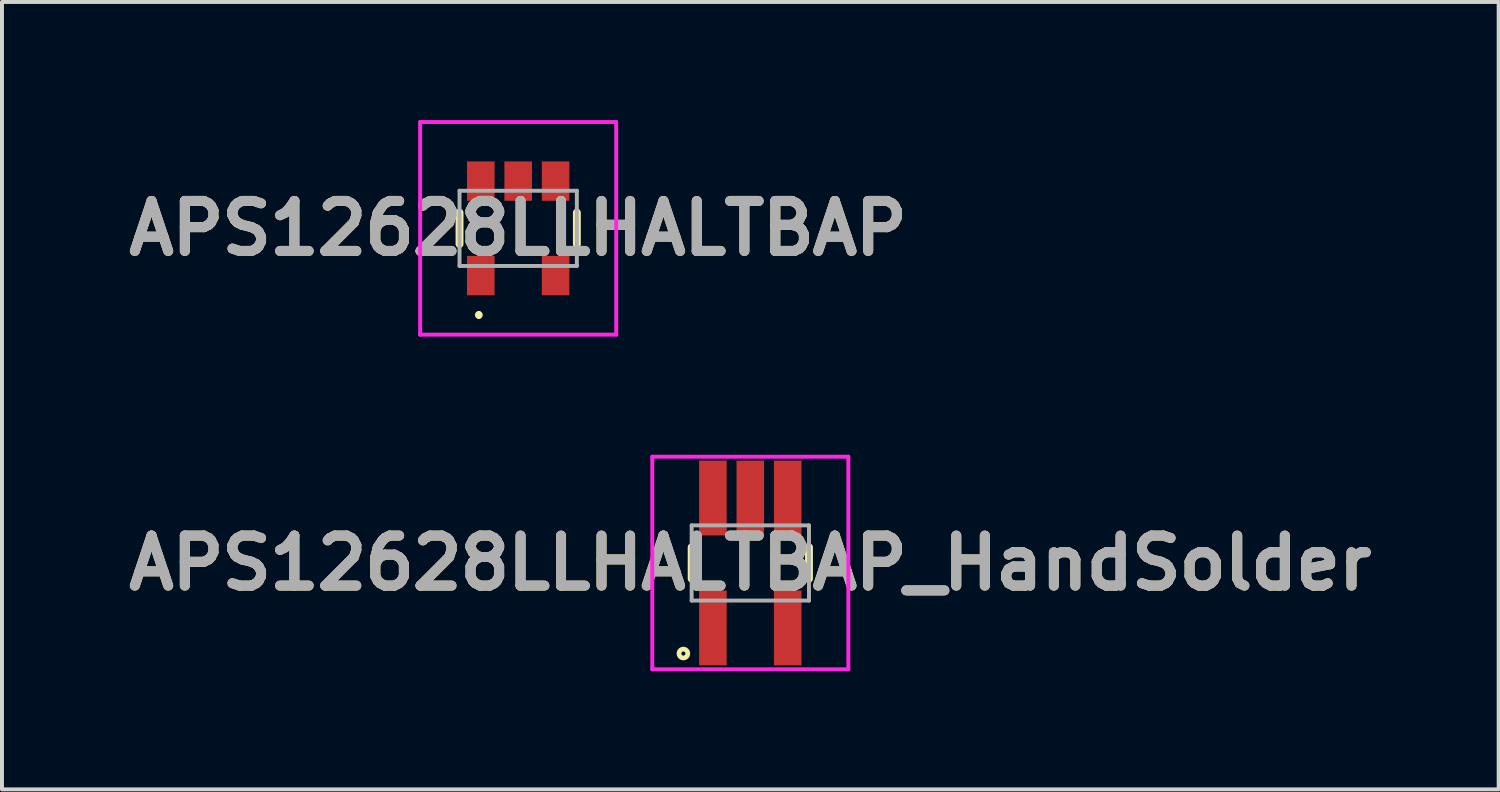
<source format=kicad_pcb>
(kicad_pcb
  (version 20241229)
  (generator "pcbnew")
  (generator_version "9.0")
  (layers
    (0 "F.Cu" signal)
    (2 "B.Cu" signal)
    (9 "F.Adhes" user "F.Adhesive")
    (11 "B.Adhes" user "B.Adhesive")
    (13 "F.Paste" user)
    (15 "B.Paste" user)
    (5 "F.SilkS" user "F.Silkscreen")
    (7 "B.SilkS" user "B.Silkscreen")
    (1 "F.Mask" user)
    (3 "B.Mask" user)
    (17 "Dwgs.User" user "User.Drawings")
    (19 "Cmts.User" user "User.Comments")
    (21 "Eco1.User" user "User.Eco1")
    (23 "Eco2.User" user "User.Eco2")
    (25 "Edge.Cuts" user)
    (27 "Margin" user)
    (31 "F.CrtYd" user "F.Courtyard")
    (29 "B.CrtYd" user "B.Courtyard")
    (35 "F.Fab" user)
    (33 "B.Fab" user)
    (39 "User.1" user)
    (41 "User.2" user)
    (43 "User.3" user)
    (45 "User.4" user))
  (footprint "APS12628LLHALTBAP"
    (layer "F.Cu")
    (at 10.112 2.75)
    (property "Reference" "APS12628LLHALTBAP" (at 0 0 0) (layer "F.SilkS") (effects (font (size 1.27 1.27) (thickness 0.254))))
    (attr smd)
    (fp_line (start -1.49 -0.4) (end -1.49 0.4) (stroke (width 0.2) (type solid)) (layer "F.SilkS"))
    (fp_line (start -1 2.15) (end -1 2.15) (stroke (width 0.1) (type solid)) (layer "F.SilkS"))
    (fp_line (start -1 2.25) (end -1 2.25) (stroke (width 0.1) (type solid)) (layer "F.SilkS"))
    (fp_line (start 1.49 -0.4) (end 1.49 0.4) (stroke (width 0.2) (type solid)) (layer "F.SilkS"))
    (fp_arc (start -1 2.15) (mid -0.95 2.2) (end -1 2.25) (stroke (width 0.1) (type solid)) (layer "F.SilkS"))
    (fp_arc (start -1 2.25) (mid -1.05 2.2) (end -1 2.15) (stroke (width 0.1) (type solid)) (layer "F.SilkS"))
    (fp_line (start -2.49 -2.7) (end 2.49 -2.7) (stroke (width 0.1) (type solid)) (layer "F.CrtYd"))
    (fp_line (start -2.49 2.7) (end -2.49 -2.7) (stroke (width 0.1) (type solid)) (layer "F.CrtYd"))
    (fp_line (start 2.49 -2.7) (end 2.49 2.7) (stroke (width 0.1) (type solid)) (layer "F.CrtYd"))
    (fp_line (start 2.49 2.7) (end -2.49 2.7) (stroke (width 0.1) (type solid)) (layer "F.CrtYd"))
    (fp_line (start -1.49 -0.955) (end 1.49 -0.955) (stroke (width 0.1) (type solid)) (layer "F.Fab"))
    (fp_line (start -1.49 0.955) (end -1.49 -0.955) (stroke (width 0.1) (type solid)) (layer "F.Fab"))
    (fp_line (start 1.49 -0.955) (end 1.49 0.955) (stroke (width 0.1) (type solid)) (layer "F.Fab"))
    (fp_line (start 1.49 0.955) (end -1.49 0.955) (stroke (width 0.1) (type solid)) (layer "F.Fab"))
    (fp_text user "${REFERENCE}" (at 0 0 0) (layer "F.Fab") (effects (font (size 1.27 1.27) (thickness 0.254))))
    (pad "1" smd rect (at -0.95 1.2) (size 0.7 1) (layers "F.Cu" "F.Mask" "F.Paste"))
    (pad "2" smd rect (at 0.95 1.2) (size 0.7 1) (layers "F.Cu" "F.Mask" "F.Paste"))
    (pad "3" smd rect (at 0.95 -1.2) (size 0.7 1) (layers "F.Cu" "F.Mask" "F.Paste"))
    (pad "4" smd rect (at 0 -1.2) (size 0.7 1) (layers "F.Cu" "F.Mask" "F.Paste"))
    (pad "5" smd rect (at -0.95 -1.2) (size 0.7 1) (layers "F.Cu" "F.Mask" "F.Paste")))
  (footprint "APS12628LLHALTBAP_HandSolder"
    (layer "F.Cu")
    (at 16.008 11.25)
    (property "Reference" "APS12628LLHALTBAP_HandSolder" (at 0 0 0) (layer "F.SilkS") (effects (font (size 1.27 1.27) (thickness 0.254))))
    (attr smd)
    (fp_line (start -1.49 -0.4) (end -1.49 0.4) (stroke (width 0.2) (type solid)) (layer "F.SilkS"))
    (fp_line (start 1.49 -0.4) (end 1.49 0.4) (stroke (width 0.2) (type solid)) (layer "F.SilkS"))
    (fp_circle (center -1.7 2.3) (end -1.65 2.4) (stroke (width 0.12) (type default)) (fill no) (layer "F.SilkS"))
    (fp_line (start -2.49 -2.7) (end 2.49 -2.7) (stroke (width 0.1) (type solid)) (layer "F.CrtYd"))
    (fp_line (start -2.49 2.7) (end -2.49 -2.7) (stroke (width 0.1) (type solid)) (layer "F.CrtYd"))
    (fp_line (start 2.49 -2.7) (end 2.49 2.7) (stroke (width 0.1) (type solid)) (layer "F.CrtYd"))
    (fp_line (start 2.49 2.7) (end -2.49 2.7) (stroke (width 0.1) (type solid)) (layer "F.CrtYd"))
    (fp_line (start -1.49 -0.955) (end 1.49 -0.955) (stroke (width 0.1) (type solid)) (layer "F.Fab"))
    (fp_line (start -1.49 0.955) (end -1.49 -0.955) (stroke (width 0.1) (type solid)) (layer "F.Fab"))
    (fp_line (start 1.49 -0.955) (end 1.49 0.955) (stroke (width 0.1) (type solid)) (layer "F.Fab"))
    (fp_line (start 1.49 0.955) (end -1.49 0.955) (stroke (width 0.1) (type solid)) (layer "F.Fab"))
    (fp_text user "${REFERENCE}" (at 0 0 0) (layer "F.Fab") (effects (font (size 1.27 1.27) (thickness 0.254))))
    (pad "1" smd rect (at -0.95 1.65) (size 0.7 1.9) (layers "F.Cu" "F.Mask" "F.Paste"))
    (pad "2" smd rect (at 0.95 1.65) (size 0.7 1.9) (layers "F.Cu" "F.Mask" "F.Paste"))
    (pad "3" smd rect (at 0.95 -1.65) (size 0.7 1.9) (layers "F.Cu" "F.Mask" "F.Paste"))
    (pad "4" smd rect (at 0 -1.65) (size 0.7 1.9) (layers "F.Cu" "F.Mask" "F.Paste"))
    (pad "5" smd rect (at -0.95 -1.65) (size 0.7 1.9) (layers "F.Cu" "F.Mask" "F.Paste")))
  (gr_rect
    (start -3 -3)
    (end 35.016 17)
    (stroke (width 0.1) (type default))
    (fill no)
    (layer "Edge.Cuts")))
</source>
